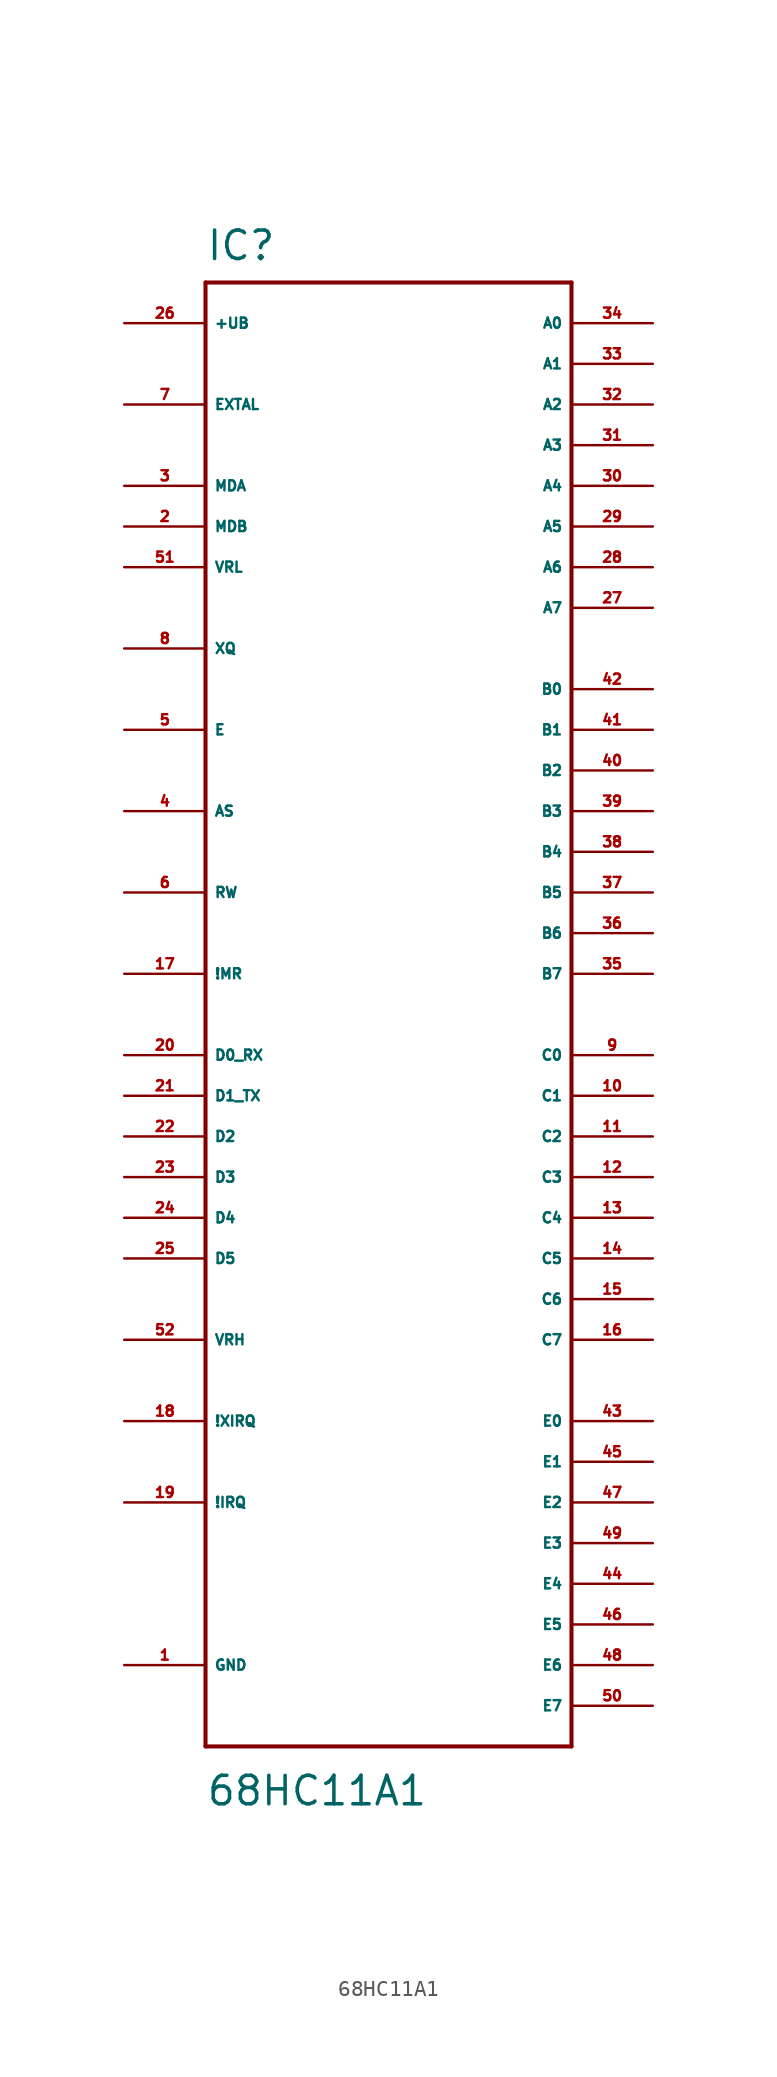
<source format=kicad_sym>
(kicad_symbol_lib
  (version 20220914)
  (generator Eagle2Kicad)
  (symbol "68HC11A1"
    (property "Reference" "IC"
      (at -10.16 44.45 0)
      (effects (font (size 1.778 1.778) (thickness 0.22)) (justify left bottom)))
    (property "Value" "68HC11A1"
      (at -10.16 -52.07 0)
      (effects (font (size 1.778 1.778) (thickness 0.22)) (justify left bottom)))
    (polyline
      (pts (xy -10.16 -48.26) (xy 12.7 -48.26))
      (stroke (width 0.254) (type default))
      (fill (type none)))
    (polyline
      (pts (xy 12.7 -48.26) (xy 12.7 43.18))
      (stroke (width 0.254) (type default))
      (fill (type none)))
    (polyline
      (pts (xy 12.7 43.18) (xy -10.16 43.18))
      (stroke (width 0.254) (type default))
      (fill (type none)))
    (polyline
      (pts (xy -10.16 43.18) (xy -10.16 -48.26))
      (stroke (width 0.254) (type default))
      (fill (type none)))
    (pin bidirectional line
      (at -15.24 40.64 0)
      (length 5.08)
      (name "+UB" (effects (font (size 0.635 0.635) (thickness 0.08)) (justify left bottom)))
      (number "26" (effects (font (size 0.635 0.635) (thickness 0.08)) (justify left bottom))))
    (pin input line
      (at 17.78 40.64 180)
      (length 5.08)
      (name "A0" (effects (font (size 0.635 0.635) (thickness 0.08)) (justify left bottom)))
      (number "34" (effects (font (size 0.635 0.635) (thickness 0.08)) (justify left bottom))))
    (pin input line
      (at 17.78 38.1 180)
      (length 5.08)
      (name "A1" (effects (font (size 0.635 0.635) (thickness 0.08)) (justify left bottom)))
      (number "33" (effects (font (size 0.635 0.635) (thickness 0.08)) (justify left bottom))))
    (pin input line
      (at 17.78 35.56 180)
      (length 5.08)
      (name "A2" (effects (font (size 0.635 0.635) (thickness 0.08)) (justify left bottom)))
      (number "32" (effects (font (size 0.635 0.635) (thickness 0.08)) (justify left bottom))))
    (pin output line
      (at 17.78 33.02 180)
      (length 5.08)
      (name "A3" (effects (font (size 0.635 0.635) (thickness 0.08)) (justify left bottom)))
      (number "31" (effects (font (size 0.635 0.635) (thickness 0.08)) (justify left bottom))))
    (pin output line
      (at 17.78 30.48 180)
      (length 5.08)
      (name "A4" (effects (font (size 0.635 0.635) (thickness 0.08)) (justify left bottom)))
      (number "30" (effects (font (size 0.635 0.635) (thickness 0.08)) (justify left bottom))))
    (pin output line
      (at 17.78 27.94 180)
      (length 5.08)
      (name "A5" (effects (font (size 0.635 0.635) (thickness 0.08)) (justify left bottom)))
      (number "29" (effects (font (size 0.635 0.635) (thickness 0.08)) (justify left bottom))))
    (pin output line
      (at 17.78 25.4 180)
      (length 5.08)
      (name "A6" (effects (font (size 0.635 0.635) (thickness 0.08)) (justify left bottom)))
      (number "28" (effects (font (size 0.635 0.635) (thickness 0.08)) (justify left bottom))))
    (pin bidirectional line
      (at 17.78 22.86 180)
      (length 5.08)
      (name "A7" (effects (font (size 0.635 0.635) (thickness 0.08)) (justify left bottom)))
      (number "27" (effects (font (size 0.635 0.635) (thickness 0.08)) (justify left bottom))))
    (pin bidirectional line
      (at -15.24 10.16 0)
      (length 5.08)
      (name "AS" (effects (font (size 0.635 0.635) (thickness 0.08)) (justify left bottom)))
      (number "4" (effects (font (size 0.635 0.635) (thickness 0.08)) (justify left bottom))))
    (pin output line
      (at 17.78 17.78 180)
      (length 5.08)
      (name "B0" (effects (font (size 0.635 0.635) (thickness 0.08)) (justify left bottom)))
      (number "42" (effects (font (size 0.635 0.635) (thickness 0.08)) (justify left bottom))))
    (pin output line
      (at 17.78 15.24 180)
      (length 5.08)
      (name "B1" (effects (font (size 0.635 0.635) (thickness 0.08)) (justify left bottom)))
      (number "41" (effects (font (size 0.635 0.635) (thickness 0.08)) (justify left bottom))))
    (pin output line
      (at 17.78 12.7 180)
      (length 5.08)
      (name "B2" (effects (font (size 0.635 0.635) (thickness 0.08)) (justify left bottom)))
      (number "40" (effects (font (size 0.635 0.635) (thickness 0.08)) (justify left bottom))))
    (pin output line
      (at 17.78 10.16 180)
      (length 5.08)
      (name "B3" (effects (font (size 0.635 0.635) (thickness 0.08)) (justify left bottom)))
      (number "39" (effects (font (size 0.635 0.635) (thickness 0.08)) (justify left bottom))))
    (pin output line
      (at 17.78 7.62 180)
      (length 5.08)
      (name "B4" (effects (font (size 0.635 0.635) (thickness 0.08)) (justify left bottom)))
      (number "38" (effects (font (size 0.635 0.635) (thickness 0.08)) (justify left bottom))))
    (pin output line
      (at 17.78 5.08 180)
      (length 5.08)
      (name "B5" (effects (font (size 0.635 0.635) (thickness 0.08)) (justify left bottom)))
      (number "37" (effects (font (size 0.635 0.635) (thickness 0.08)) (justify left bottom))))
    (pin output line
      (at 17.78 2.54 180)
      (length 5.08)
      (name "B6" (effects (font (size 0.635 0.635) (thickness 0.08)) (justify left bottom)))
      (number "36" (effects (font (size 0.635 0.635) (thickness 0.08)) (justify left bottom))))
    (pin output line
      (at 17.78 0 180)
      (length 5.08)
      (name "B7" (effects (font (size 0.635 0.635) (thickness 0.08)) (justify left bottom)))
      (number "35" (effects (font (size 0.635 0.635) (thickness 0.08)) (justify left bottom))))
    (pin bidirectional line
      (at 17.78 -5.08 180)
      (length 5.08)
      (name "C0" (effects (font (size 0.635 0.635) (thickness 0.08)) (justify left bottom)))
      (number "9" (effects (font (size 0.635 0.635) (thickness 0.08)) (justify left bottom))))
    (pin bidirectional line
      (at 17.78 -7.62 180)
      (length 5.08)
      (name "C1" (effects (font (size 0.635 0.635) (thickness 0.08)) (justify left bottom)))
      (number "10" (effects (font (size 0.635 0.635) (thickness 0.08)) (justify left bottom))))
    (pin bidirectional line
      (at 17.78 -10.16 180)
      (length 5.08)
      (name "C2" (effects (font (size 0.635 0.635) (thickness 0.08)) (justify left bottom)))
      (number "11" (effects (font (size 0.635 0.635) (thickness 0.08)) (justify left bottom))))
    (pin bidirectional line
      (at 17.78 -12.7 180)
      (length 5.08)
      (name "C3" (effects (font (size 0.635 0.635) (thickness 0.08)) (justify left bottom)))
      (number "12" (effects (font (size 0.635 0.635) (thickness 0.08)) (justify left bottom))))
    (pin bidirectional line
      (at 17.78 -15.24 180)
      (length 5.08)
      (name "C4" (effects (font (size 0.635 0.635) (thickness 0.08)) (justify left bottom)))
      (number "13" (effects (font (size 0.635 0.635) (thickness 0.08)) (justify left bottom))))
    (pin bidirectional line
      (at 17.78 -17.78 180)
      (length 5.08)
      (name "C5" (effects (font (size 0.635 0.635) (thickness 0.08)) (justify left bottom)))
      (number "14" (effects (font (size 0.635 0.635) (thickness 0.08)) (justify left bottom))))
    (pin bidirectional line
      (at 17.78 -20.32 180)
      (length 5.08)
      (name "C6" (effects (font (size 0.635 0.635) (thickness 0.08)) (justify left bottom)))
      (number "15" (effects (font (size 0.635 0.635) (thickness 0.08)) (justify left bottom))))
    (pin bidirectional line
      (at 17.78 -22.86 180)
      (length 5.08)
      (name "C7" (effects (font (size 0.635 0.635) (thickness 0.08)) (justify left bottom)))
      (number "16" (effects (font (size 0.635 0.635) (thickness 0.08)) (justify left bottom))))
    (pin bidirectional line
      (at -15.24 -5.08 0)
      (length 5.08)
      (name "D0_RX" (effects (font (size 0.635 0.635) (thickness 0.08)) (justify left bottom)))
      (number "20" (effects (font (size 0.635 0.635) (thickness 0.08)) (justify left bottom))))
    (pin bidirectional line
      (at -15.24 -7.62 0)
      (length 5.08)
      (name "D1_TX" (effects (font (size 0.635 0.635) (thickness 0.08)) (justify left bottom)))
      (number "21" (effects (font (size 0.635 0.635) (thickness 0.08)) (justify left bottom))))
    (pin bidirectional line
      (at -15.24 -10.16 0)
      (length 5.08)
      (name "D2" (effects (font (size 0.635 0.635) (thickness 0.08)) (justify left bottom)))
      (number "22" (effects (font (size 0.635 0.635) (thickness 0.08)) (justify left bottom))))
    (pin bidirectional line
      (at -15.24 -12.7 0)
      (length 5.08)
      (name "D3" (effects (font (size 0.635 0.635) (thickness 0.08)) (justify left bottom)))
      (number "23" (effects (font (size 0.635 0.635) (thickness 0.08)) (justify left bottom))))
    (pin bidirectional line
      (at -15.24 -15.24 0)
      (length 5.08)
      (name "D4" (effects (font (size 0.635 0.635) (thickness 0.08)) (justify left bottom)))
      (number "24" (effects (font (size 0.635 0.635) (thickness 0.08)) (justify left bottom))))
    (pin bidirectional line
      (at -15.24 -17.78 0)
      (length 5.08)
      (name "D5" (effects (font (size 0.635 0.635) (thickness 0.08)) (justify left bottom)))
      (number "25" (effects (font (size 0.635 0.635) (thickness 0.08)) (justify left bottom))))
    (pin output line
      (at -15.24 15.24 0)
      (length 5.08)
      (name "E" (effects (font (size 0.635 0.635) (thickness 0.08)) (justify left bottom)))
      (number "5" (effects (font (size 0.635 0.635) (thickness 0.08)) (justify left bottom))))
    (pin input line
      (at 17.78 -27.94 180)
      (length 5.08)
      (name "E0" (effects (font (size 0.635 0.635) (thickness 0.08)) (justify left bottom)))
      (number "43" (effects (font (size 0.635 0.635) (thickness 0.08)) (justify left bottom))))
    (pin input line
      (at 17.78 -30.48 180)
      (length 5.08)
      (name "E1" (effects (font (size 0.635 0.635) (thickness 0.08)) (justify left bottom)))
      (number "45" (effects (font (size 0.635 0.635) (thickness 0.08)) (justify left bottom))))
    (pin input line
      (at 17.78 -33.02 180)
      (length 5.08)
      (name "E2" (effects (font (size 0.635 0.635) (thickness 0.08)) (justify left bottom)))
      (number "47" (effects (font (size 0.635 0.635) (thickness 0.08)) (justify left bottom))))
    (pin input line
      (at 17.78 -35.56 180)
      (length 5.08)
      (name "E3" (effects (font (size 0.635 0.635) (thickness 0.08)) (justify left bottom)))
      (number "49" (effects (font (size 0.635 0.635) (thickness 0.08)) (justify left bottom))))
    (pin input line
      (at 17.78 -38.1 180)
      (length 5.08)
      (name "E4" (effects (font (size 0.635 0.635) (thickness 0.08)) (justify left bottom)))
      (number "44" (effects (font (size 0.635 0.635) (thickness 0.08)) (justify left bottom))))
    (pin input line
      (at 17.78 -40.64 180)
      (length 5.08)
      (name "E5" (effects (font (size 0.635 0.635) (thickness 0.08)) (justify left bottom)))
      (number "46" (effects (font (size 0.635 0.635) (thickness 0.08)) (justify left bottom))))
    (pin input line
      (at 17.78 -43.18 180)
      (length 5.08)
      (name "E6" (effects (font (size 0.635 0.635) (thickness 0.08)) (justify left bottom)))
      (number "48" (effects (font (size 0.635 0.635) (thickness 0.08)) (justify left bottom))))
    (pin input line
      (at 17.78 -45.72 180)
      (length 5.08)
      (name "E7" (effects (font (size 0.635 0.635) (thickness 0.08)) (justify left bottom)))
      (number "50" (effects (font (size 0.635 0.635) (thickness 0.08)) (justify left bottom))))
    (pin bidirectional line
      (at -15.24 35.56 0)
      (length 5.08)
      (name "EXTAL" (effects (font (size 0.635 0.635) (thickness 0.08)) (justify left bottom)))
      (number "7" (effects (font (size 0.635 0.635) (thickness 0.08)) (justify left bottom))))
    (pin bidirectional line
      (at -15.24 -43.18 0)
      (length 5.08)
      (name "GND" (effects (font (size 0.635 0.635) (thickness 0.08)) (justify left bottom)))
      (number "1" (effects (font (size 0.635 0.635) (thickness 0.08)) (justify left bottom))))
    (pin input line
      (at -15.24 -33.02 0)
      (length 5.08)
      (name "!IRQ" (effects (font (size 0.635 0.635) (thickness 0.08)) (justify left bottom)))
      (number "19" (effects (font (size 0.635 0.635) (thickness 0.08)) (justify left bottom))))
    (pin bidirectional line
      (at -15.24 30.48 0)
      (length 5.08)
      (name "MDA" (effects (font (size 0.635 0.635) (thickness 0.08)) (justify left bottom)))
      (number "3" (effects (font (size 0.635 0.635) (thickness 0.08)) (justify left bottom))))
    (pin bidirectional line
      (at -15.24 27.94 0)
      (length 5.08)
      (name "MDB" (effects (font (size 0.635 0.635) (thickness 0.08)) (justify left bottom)))
      (number "2" (effects (font (size 0.635 0.635) (thickness 0.08)) (justify left bottom))))
    (pin bidirectional line
      (at -15.24 0 0)
      (length 5.08)
      (name "!MR" (effects (font (size 0.635 0.635) (thickness 0.08)) (justify left bottom)))
      (number "17" (effects (font (size 0.635 0.635) (thickness 0.08)) (justify left bottom))))
    (pin bidirectional line
      (at -15.24 5.08 0)
      (length 5.08)
      (name "RW" (effects (font (size 0.635 0.635) (thickness 0.08)) (justify left bottom)))
      (number "6" (effects (font (size 0.635 0.635) (thickness 0.08)) (justify left bottom))))
    (pin input line
      (at -15.24 -22.86 0)
      (length 5.08)
      (name "VRH" (effects (font (size 0.635 0.635) (thickness 0.08)) (justify left bottom)))
      (number "52" (effects (font (size 0.635 0.635) (thickness 0.08)) (justify left bottom))))
    (pin input line
      (at -15.24 25.4 0)
      (length 5.08)
      (name "VRL" (effects (font (size 0.635 0.635) (thickness 0.08)) (justify left bottom)))
      (number "51" (effects (font (size 0.635 0.635) (thickness 0.08)) (justify left bottom))))
    (pin input line
      (at -15.24 -27.94 0)
      (length 5.08)
      (name "!XIRQ" (effects (font (size 0.635 0.635) (thickness 0.08)) (justify left bottom)))
      (number "18" (effects (font (size 0.635 0.635) (thickness 0.08)) (justify left bottom))))
    (pin output line
      (at -15.24 20.32 0)
      (length 5.08)
      (name "XQ" (effects (font (size 0.635 0.635) (thickness 0.08)) (justify left bottom)))
      (number "8" (effects (font (size 0.635 0.635) (thickness 0.08)) (justify left bottom))))))
</source>
